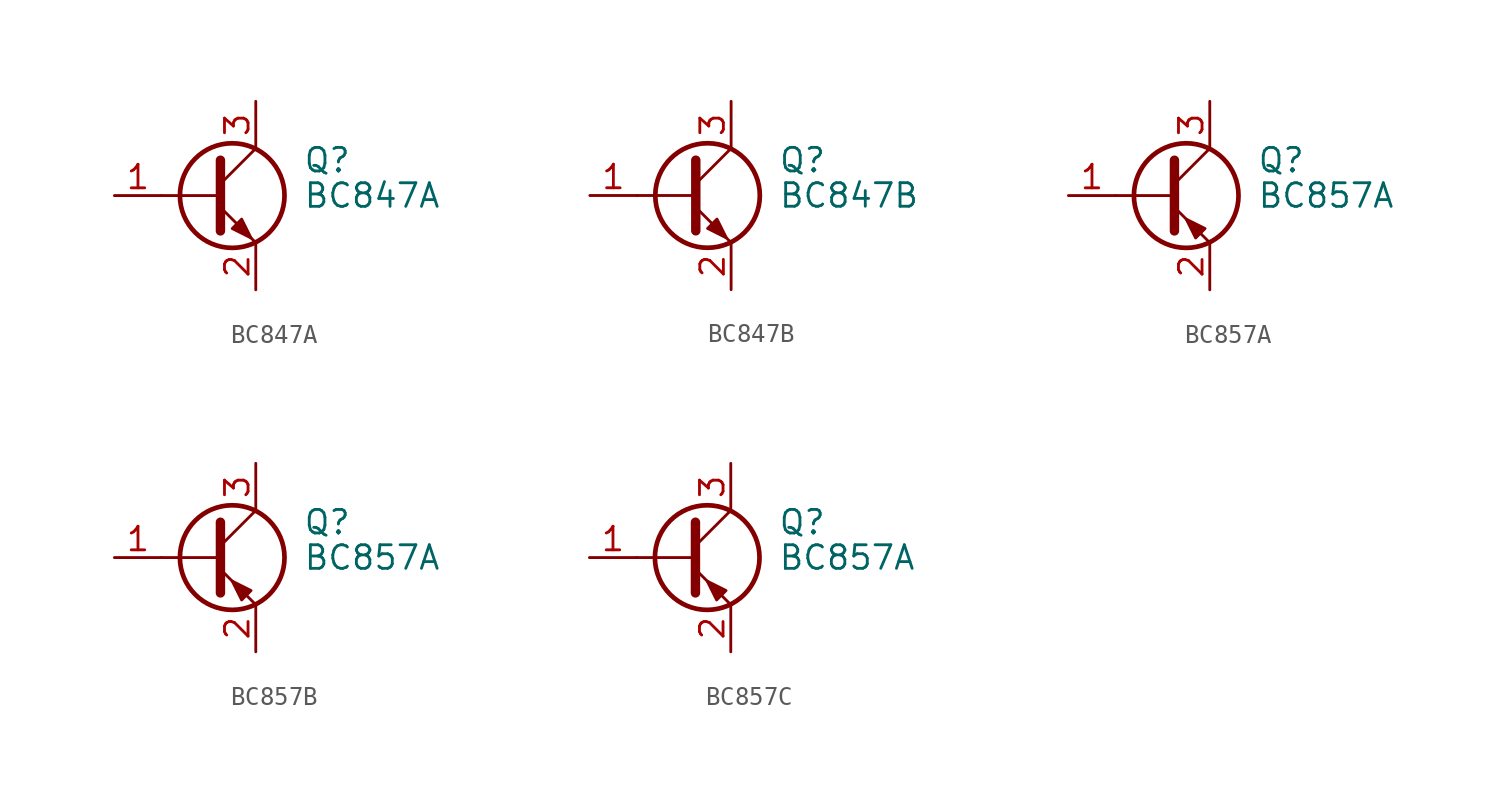
<source format=kicad_sym>
(kicad_symbol_lib
  (version 20241209)
  (generator "kicad_symbol_editor")
  (generator_version "9.0")
  (symbol "BC847A"
    (pin_names
      (offset 0)
      (hide yes))
    (property "Reference" "Q"
      (at 5.08 1.905 0)
      (effects (font (size 1.27 1.27)) (justify left)))
    (property "Value" "BC847A"
      (at 5.08 0 0)
      (effects (font (size 1.27 1.27)) (justify left)))
    (symbol "BC847A_0_1"
      (polyline (pts (xy -2.54 0) (xy 0.635 0)) (stroke (width 0) (type default)) (fill (type none)))
      (polyline (pts (xy 0.635 1.905) (xy 0.635 -1.905)) (stroke (width 0.508) (type default)) (fill (type none)))
      (circle (center 1.27 0) (radius 2.819) (stroke (width 0.254) (type default)) (fill (type none))))
    (symbol "BC847A_1_1"
      (polyline (pts (xy 0.635 0.635) (xy 2.54 2.54)) (stroke (width 0) (type default)) (fill (type none)))
      (polyline (pts (xy 0.635 -0.635) (xy 2.54 -2.54)) (stroke (width 0) (type default)) (fill (type none)))
      (polyline (pts (xy 1.27 -1.778) (xy 1.778 -1.27) (xy 2.286 -2.286) (xy 1.27 -1.778)) (stroke (width 0) (type default)) (fill (type outline)))
      (pin input line (at -5.08 0 0) (length 2.54) (name "B" (effects (font (size 1.27 1.27)))) (number "1" (effects (font (size 1.27 1.27)))))
      (pin passive line (at 2.54 5.08 270) (length 2.54) (name "C" (effects (font (size 1.27 1.27)))) (number "3" (effects (font (size 1.27 1.27)))))
      (pin passive line (at 2.54 -5.08 90) (length 2.54) (name "E" (effects (font (size 1.27 1.27)))) (number "2" (effects (font (size 1.27 1.27)))))))
  (symbol "BC847B"
    (pin_names
      (offset 0)
      (hide yes))
    (property "Reference" "Q"
      (at 5.08 1.905 0)
      (effects (font (size 1.27 1.27)) (justify left)))
    (property "Value" "BC847B"
      (at 5.08 0 0)
      (effects (font (size 1.27 1.27)) (justify left)))
    (symbol "BC847B_0_1"
      (polyline (pts (xy -2.54 0) (xy 0.635 0)) (stroke (width 0) (type default)) (fill (type none)))
      (polyline (pts (xy 0.635 1.905) (xy 0.635 -1.905)) (stroke (width 0.508) (type default)) (fill (type none)))
      (circle (center 1.27 0) (radius 2.819) (stroke (width 0.254) (type default)) (fill (type none))))
    (symbol "BC847B_1_1"
      (polyline (pts (xy 0.635 0.635) (xy 2.54 2.54)) (stroke (width 0) (type default)) (fill (type none)))
      (polyline (pts (xy 0.635 -0.635) (xy 2.54 -2.54)) (stroke (width 0) (type default)) (fill (type none)))
      (polyline (pts (xy 1.27 -1.778) (xy 1.778 -1.27) (xy 2.286 -2.286) (xy 1.27 -1.778)) (stroke (width 0) (type default)) (fill (type outline)))
      (pin input line (at -5.08 0 0) (length 2.54) (name "B" (effects (font (size 1.27 1.27)))) (number "1" (effects (font (size 1.27 1.27)))))
      (pin passive line (at 2.54 5.08 270) (length 2.54) (name "C" (effects (font (size 1.27 1.27)))) (number "3" (effects (font (size 1.27 1.27)))))
      (pin passive line (at 2.54 -5.08 90) (length 2.54) (name "E" (effects (font (size 1.27 1.27)))) (number "2" (effects (font (size 1.27 1.27)))))))
  (symbol "BC857A"
    (pin_names
      (offset 0)
      (hide yes))
    (property "Reference" "Q"
      (at 5.08 1.905 0)
      (effects (font (size 1.27 1.27)) (justify left)))
    (property "Value" "BC857A"
      (at 5.08 0 0)
      (effects (font (size 1.27 1.27)) (justify left)))
    (symbol "BC857A_0_1"
      (polyline (pts (xy -2.54 0) (xy 0.635 0)) (stroke (width 0) (type default)) (fill (type none)))
      (polyline (pts (xy 0.635 1.905) (xy 0.635 -1.905)) (stroke (width 0.508) (type default)) (fill (type none)))
      (polyline (pts (xy 0.635 0.635) (xy 2.54 2.54)) (stroke (width 0) (type default)) (fill (type none)))
      (polyline (pts (xy 0.635 -0.635) (xy 2.54 -2.54)) (stroke (width 0) (type default)) (fill (type none)))
      (circle (center 1.27 0) (radius 2.819) (stroke (width 0.254) (type default)) (fill (type none)))
      (polyline (pts (xy 2.286 -1.778) (xy 1.778 -2.286) (xy 1.27 -1.27) (xy 2.286 -1.778)) (stroke (width 0) (type default)) (fill (type outline))))
    (symbol "BC857A_1_1"
      (pin input line (at -5.08 0 0) (length 2.54) (name "B" (effects (font (size 1.27 1.27)))) (number "1" (effects (font (size 1.27 1.27)))))
      (pin passive line (at 2.54 5.08 270) (length 2.54) (name "C" (effects (font (size 1.27 1.27)))) (number "3" (effects (font (size 1.27 1.27)))))
      (pin passive line (at 2.54 -5.08 90) (length 2.54) (name "E" (effects (font (size 1.27 1.27)))) (number "2" (effects (font (size 1.27 1.27)))))))
  (symbol "BC857B"
    (pin_names
      (offset 0)
      (hide yes))
    (property "Reference" "Q"
      (at 5.08 1.905 0)
      (effects (font (size 1.27 1.27)) (justify left)))
    (property "Value" "BC857A"
      (at 5.08 0 0)
      (effects (font (size 1.27 1.27)) (justify left)))
    (symbol "BC857B_0_1"
      (polyline (pts (xy -2.54 0) (xy 0.635 0)) (stroke (width 0) (type default)) (fill (type none)))
      (polyline (pts (xy 0.635 1.905) (xy 0.635 -1.905)) (stroke (width 0.508) (type default)) (fill (type none)))
      (polyline (pts (xy 0.635 0.635) (xy 2.54 2.54)) (stroke (width 0) (type default)) (fill (type none)))
      (polyline (pts (xy 0.635 -0.635) (xy 2.54 -2.54)) (stroke (width 0) (type default)) (fill (type none)))
      (circle (center 1.27 0) (radius 2.819) (stroke (width 0.254) (type default)) (fill (type none)))
      (polyline (pts (xy 2.286 -1.778) (xy 1.778 -2.286) (xy 1.27 -1.27) (xy 2.286 -1.778)) (stroke (width 0) (type default)) (fill (type outline))))
    (symbol "BC857B_1_1"
      (pin input line (at -5.08 0 0) (length 2.54) (name "B" (effects (font (size 1.27 1.27)))) (number "1" (effects (font (size 1.27 1.27)))))
      (pin passive line (at 2.54 5.08 270) (length 2.54) (name "C" (effects (font (size 1.27 1.27)))) (number "3" (effects (font (size 1.27 1.27)))))
      (pin passive line (at 2.54 -5.08 90) (length 2.54) (name "E" (effects (font (size 1.27 1.27)))) (number "2" (effects (font (size 1.27 1.27)))))))
  (symbol "BC857C"
    (pin_names
      (offset 0)
      (hide yes))
    (property "Reference" "Q"
      (at 5.08 1.905 0)
      (effects (font (size 1.27 1.27)) (justify left)))
    (property "Value" "BC857A"
      (at 5.08 0 0)
      (effects (font (size 1.27 1.27)) (justify left)))
    (symbol "BC857C_0_1"
      (polyline (pts (xy -2.54 0) (xy 0.635 0)) (stroke (width 0) (type default)) (fill (type none)))
      (polyline (pts (xy 0.635 1.905) (xy 0.635 -1.905)) (stroke (width 0.508) (type default)) (fill (type none)))
      (polyline (pts (xy 0.635 0.635) (xy 2.54 2.54)) (stroke (width 0) (type default)) (fill (type none)))
      (polyline (pts (xy 0.635 -0.635) (xy 2.54 -2.54)) (stroke (width 0) (type default)) (fill (type none)))
      (circle (center 1.27 0) (radius 2.819) (stroke (width 0.254) (type default)) (fill (type none)))
      (polyline (pts (xy 2.286 -1.778) (xy 1.778 -2.286) (xy 1.27 -1.27) (xy 2.286 -1.778)) (stroke (width 0) (type default)) (fill (type outline))))
    (symbol "BC857C_1_1"
      (pin input line (at -5.08 0 0) (length 2.54) (name "B" (effects (font (size 1.27 1.27)))) (number "1" (effects (font (size 1.27 1.27)))))
      (pin passive line (at 2.54 5.08 270) (length 2.54) (name "C" (effects (font (size 1.27 1.27)))) (number "3" (effects (font (size 1.27 1.27)))))
      (pin passive line (at 2.54 -5.08 90) (length 2.54) (name "E" (effects (font (size 1.27 1.27)))) (number "2" (effects (font (size 1.27 1.27))))))))
</source>
